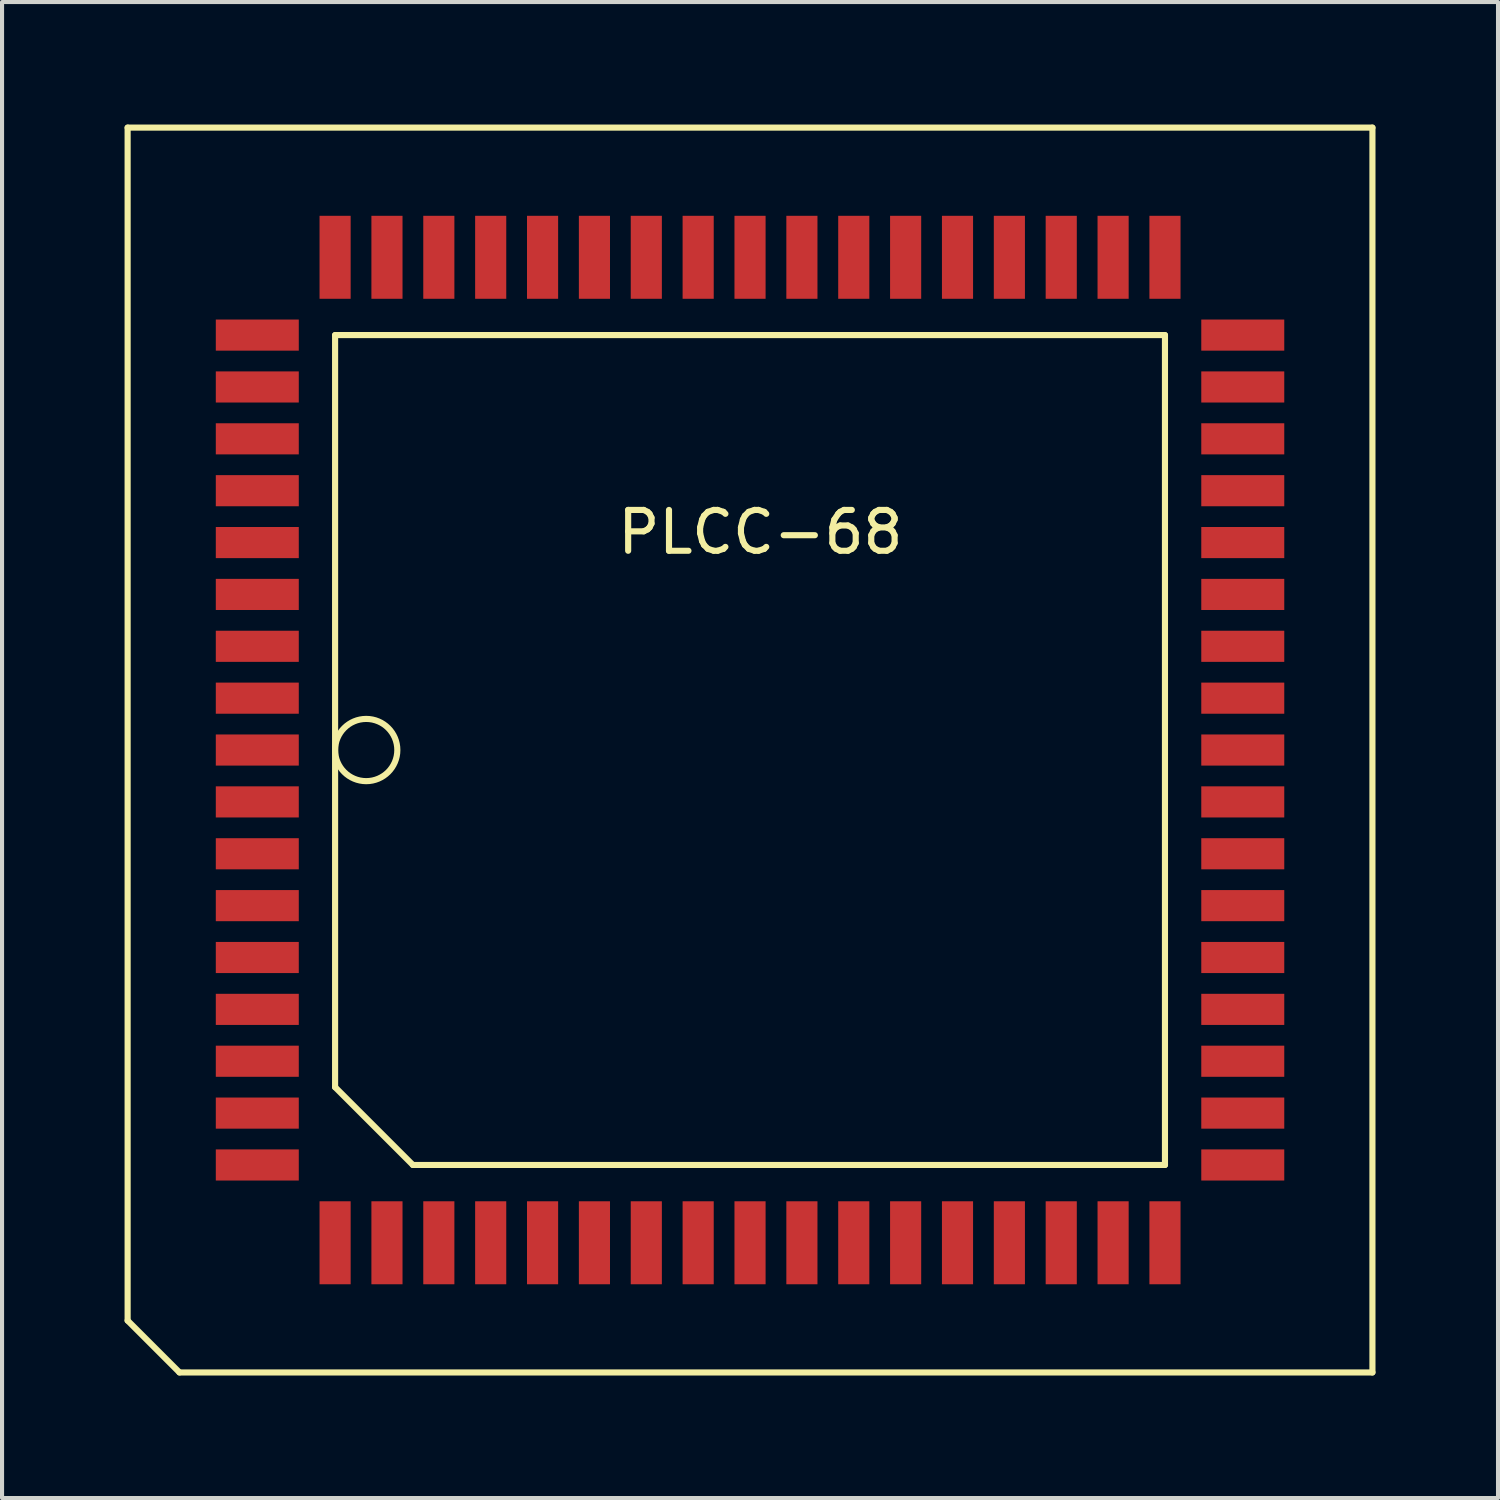
<source format=kicad_pcb>
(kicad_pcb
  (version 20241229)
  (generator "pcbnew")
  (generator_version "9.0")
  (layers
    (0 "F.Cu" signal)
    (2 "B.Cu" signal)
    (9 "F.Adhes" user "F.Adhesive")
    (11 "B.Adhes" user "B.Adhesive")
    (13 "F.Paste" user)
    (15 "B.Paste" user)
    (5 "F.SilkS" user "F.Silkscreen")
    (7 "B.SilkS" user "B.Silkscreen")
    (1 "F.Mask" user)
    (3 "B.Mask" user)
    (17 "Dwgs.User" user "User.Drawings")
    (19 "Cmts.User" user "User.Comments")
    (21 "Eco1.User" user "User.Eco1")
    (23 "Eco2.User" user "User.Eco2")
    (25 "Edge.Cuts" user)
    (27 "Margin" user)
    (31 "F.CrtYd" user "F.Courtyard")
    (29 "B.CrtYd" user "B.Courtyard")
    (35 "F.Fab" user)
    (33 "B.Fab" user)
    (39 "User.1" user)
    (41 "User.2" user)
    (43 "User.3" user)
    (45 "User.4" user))
  (footprint "PLCC-68"
    (layer "F.Cu")
    (at 15.315 15.315)
    (property "Reference" "PLCC-68" (at 0.254 -5.334 0) (layer "F.SilkS") (effects (font (size 1 1) (thickness 0.15))))
    (attr smd)
    (fp_line (start -15.24 -15.24) (end -15.24 13.97) (stroke (width 0.15) (type solid)) (layer "F.SilkS"))
    (fp_line (start -15.24 13.97) (end -13.97 15.24) (stroke (width 0.15) (type solid)) (layer "F.SilkS"))
    (fp_line (start -13.97 15.24) (end 15.24 15.24) (stroke (width 0.15) (type solid)) (layer "F.SilkS"))
    (fp_line (start -10.16 -10.16) (end 10.16 -10.16) (stroke (width 0.15) (type solid)) (layer "F.SilkS"))
    (fp_line (start -10.16 8.255) (end -10.16 -10.16) (stroke (width 0.15) (type solid)) (layer "F.SilkS"))
    (fp_line (start -8.255 10.16) (end -10.16 8.255) (stroke (width 0.15) (type solid)) (layer "F.SilkS"))
    (fp_line (start 10.16 -10.16) (end 10.16 10.16) (stroke (width 0.15) (type solid)) (layer "F.SilkS"))
    (fp_line (start 10.16 10.16) (end -8.255 10.16) (stroke (width 0.15) (type solid)) (layer "F.SilkS"))
    (fp_line (start 15.24 -15.24) (end -15.24 -15.24) (stroke (width 0.15) (type solid)) (layer "F.SilkS"))
    (fp_line (start 15.24 15.24) (end 15.24 -15.24) (stroke (width 0.15) (type solid)) (layer "F.SilkS"))
    (fp_circle (center -9.398 0) (end -10.16 0) (stroke (width 0.15) (type solid)) (fill no) (layer "F.SilkS"))
    (pad "1" smd rect (at -12.065 0) (size 2.032 0.762) (layers "F.Cu" "F.Mask" "F.Paste"))
    (pad "2" smd rect (at -12.065 1.27) (size 2.032 0.762) (layers "F.Cu" "F.Mask" "F.Paste"))
    (pad "3" smd rect (at -12.065 2.54) (size 2.032 0.762) (layers "F.Cu" "F.Mask" "F.Paste"))
    (pad "4" smd rect (at -12.065 3.81) (size 2.032 0.762) (layers "F.Cu" "F.Mask" "F.Paste"))
    (pad "5" smd rect (at -12.065 5.08) (size 2.032 0.762) (layers "F.Cu" "F.Mask" "F.Paste"))
    (pad "6" smd rect (at -12.065 6.35) (size 2.032 0.762) (layers "F.Cu" "F.Mask" "F.Paste"))
    (pad "7" smd rect (at -12.065 7.62) (size 2.032 0.762) (layers "F.Cu" "F.Mask" "F.Paste"))
    (pad "8" smd rect (at -12.065 8.89) (size 2.032 0.762) (layers "F.Cu" "F.Mask" "F.Paste"))
    (pad "9" smd rect (at -12.065 10.16) (size 2.032 0.762) (layers "F.Cu" "F.Mask" "F.Paste"))
    (pad "10" smd rect (at -10.16 12.065) (size 0.762 2.032) (layers "F.Cu" "F.Mask" "F.Paste"))
    (pad "11" smd rect (at -8.89 12.065) (size 0.762 2.032) (layers "F.Cu" "F.Mask" "F.Paste"))
    (pad "12" smd rect (at -7.62 12.065) (size 0.762 2.032) (layers "F.Cu" "F.Mask" "F.Paste"))
    (pad "13" smd rect (at -6.35 12.065) (size 0.762 2.032) (layers "F.Cu" "F.Mask" "F.Paste"))
    (pad "14" smd rect (at -5.08 12.065) (size 0.762 2.032) (layers "F.Cu" "F.Mask" "F.Paste"))
    (pad "15" smd rect (at -3.81 12.065) (size 0.762 2.032) (layers "F.Cu" "F.Mask" "F.Paste"))
    (pad "16" smd rect (at -2.54 12.065) (size 0.762 2.032) (layers "F.Cu" "F.Mask" "F.Paste"))
    (pad "17" smd rect (at -1.27 12.065) (size 0.762 2.032) (layers "F.Cu" "F.Mask" "F.Paste"))
    (pad "18" smd rect (at 0 12.065) (size 0.762 2.032) (layers "F.Cu" "F.Mask" "F.Paste"))
    (pad "19" smd rect (at 1.27 12.065) (size 0.762 2.032) (layers "F.Cu" "F.Mask" "F.Paste"))
    (pad "20" smd rect (at 2.54 12.065) (size 0.762 2.032) (layers "F.Cu" "F.Mask" "F.Paste"))
    (pad "21" smd rect (at 3.81 12.065) (size 0.762 2.032) (layers "F.Cu" "F.Mask" "F.Paste"))
    (pad "22" smd rect (at 5.08 12.065) (size 0.762 2.032) (layers "F.Cu" "F.Mask" "F.Paste"))
    (pad "23" smd rect (at 6.35 12.065) (size 0.762 2.032) (layers "F.Cu" "F.Mask" "F.Paste"))
    (pad "24" smd rect (at 7.62 12.065) (size 0.762 2.032) (layers "F.Cu" "F.Mask" "F.Paste"))
    (pad "25" smd rect (at 8.89 12.065) (size 0.762 2.032) (layers "F.Cu" "F.Mask" "F.Paste"))
    (pad "26" smd rect (at 10.16 12.065) (size 0.762 2.032) (layers "F.Cu" "F.Mask" "F.Paste"))
    (pad "27" smd rect (at 12.065 10.16) (size 2.032 0.762) (layers "F.Cu" "F.Mask" "F.Paste"))
    (pad "28" smd rect (at 12.065 8.89) (size 2.032 0.762) (layers "F.Cu" "F.Mask" "F.Paste"))
    (pad "29" smd rect (at 12.065 7.62) (size 2.032 0.762) (layers "F.Cu" "F.Mask" "F.Paste"))
    (pad "30" smd rect (at 12.065 6.35) (size 2.032 0.762) (layers "F.Cu" "F.Mask" "F.Paste"))
    (pad "31" smd rect (at 12.065 5.08) (size 2.032 0.762) (layers "F.Cu" "F.Mask" "F.Paste"))
    (pad "32" smd rect (at 12.065 3.81) (size 2.032 0.762) (layers "F.Cu" "F.Mask" "F.Paste"))
    (pad "33" smd rect (at 12.065 2.54) (size 2.032 0.762) (layers "F.Cu" "F.Mask" "F.Paste"))
    (pad "34" smd rect (at 12.065 1.27) (size 2.032 0.762) (layers "F.Cu" "F.Mask" "F.Paste"))
    (pad "35" smd rect (at 12.065 0) (size 2.032 0.762) (layers "F.Cu" "F.Mask" "F.Paste"))
    (pad "36" smd rect (at 12.065 -1.27) (size 2.032 0.762) (layers "F.Cu" "F.Mask" "F.Paste"))
    (pad "37" smd rect (at 12.065 -2.54) (size 2.032 0.762) (layers "F.Cu" "F.Mask" "F.Paste"))
    (pad "38" smd rect (at 12.065 -3.81) (size 2.032 0.762) (layers "F.Cu" "F.Mask" "F.Paste"))
    (pad "39" smd rect (at 12.065 -5.08) (size 2.032 0.762) (layers "F.Cu" "F.Mask" "F.Paste"))
    (pad "40" smd rect (at 12.065 -6.35) (size 2.032 0.762) (layers "F.Cu" "F.Mask" "F.Paste"))
    (pad "41" smd rect (at 12.065 -7.62) (size 2.032 0.762) (layers "F.Cu" "F.Mask" "F.Paste"))
    (pad "42" smd rect (at 12.065 -8.89) (size 2.032 0.762) (layers "F.Cu" "F.Mask" "F.Paste"))
    (pad "43" smd rect (at 12.065 -10.16) (size 2.032 0.762) (layers "F.Cu" "F.Mask" "F.Paste"))
    (pad "44" smd rect (at 10.16 -12.065) (size 0.762 2.032) (layers "F.Cu" "F.Mask" "F.Paste"))
    (pad "45" smd rect (at 8.89 -12.065) (size 0.762 2.032) (layers "F.Cu" "F.Mask" "F.Paste"))
    (pad "46" smd rect (at 7.62 -12.065) (size 0.762 2.032) (layers "F.Cu" "F.Mask" "F.Paste"))
    (pad "47" smd rect (at 6.35 -12.065) (size 0.762 2.032) (layers "F.Cu" "F.Mask" "F.Paste"))
    (pad "48" smd rect (at 5.08 -12.065) (size 0.762 2.032) (layers "F.Cu" "F.Mask" "F.Paste"))
    (pad "49" smd rect (at 3.81 -12.065) (size 0.762 2.032) (layers "F.Cu" "F.Mask" "F.Paste"))
    (pad "50" smd rect (at 2.54 -12.065) (size 0.762 2.032) (layers "F.Cu" "F.Mask" "F.Paste"))
    (pad "51" smd rect (at 1.27 -12.065) (size 0.762 2.032) (layers "F.Cu" "F.Mask" "F.Paste"))
    (pad "52" smd rect (at 0 -12.065) (size 0.762 2.032) (layers "F.Cu" "F.Mask" "F.Paste"))
    (pad "53" smd rect (at -1.27 -12.065) (size 0.762 2.032) (layers "F.Cu" "F.Mask" "F.Paste"))
    (pad "54" smd rect (at -2.54 -12.065) (size 0.762 2.032) (layers "F.Cu" "F.Mask" "F.Paste"))
    (pad "55" smd rect (at -3.81 -12.065) (size 0.762 2.032) (layers "F.Cu" "F.Mask" "F.Paste"))
    (pad "56" smd rect (at -5.08 -12.065) (size 0.762 2.032) (layers "F.Cu" "F.Mask" "F.Paste"))
    (pad "57" smd rect (at -6.35 -12.065) (size 0.762 2.032) (layers "F.Cu" "F.Mask" "F.Paste"))
    (pad "58" smd rect (at -7.62 -12.065) (size 0.762 2.032) (layers "F.Cu" "F.Mask" "F.Paste"))
    (pad "59" smd rect (at -8.89 -12.065) (size 0.762 2.032) (layers "F.Cu" "F.Mask" "F.Paste"))
    (pad "60" smd rect (at -10.16 -12.065) (size 0.762 2.032) (layers "F.Cu" "F.Mask" "F.Paste"))
    (pad "61" smd rect (at -12.065 -10.16) (size 2.032 0.762) (layers "F.Cu" "F.Mask" "F.Paste"))
    (pad "62" smd rect (at -12.065 -8.89) (size 2.032 0.762) (layers "F.Cu" "F.Mask" "F.Paste"))
    (pad "63" smd rect (at -12.065 -7.62) (size 2.032 0.762) (layers "F.Cu" "F.Mask" "F.Paste"))
    (pad "64" smd rect (at -12.065 -6.35) (size 2.032 0.762) (layers "F.Cu" "F.Mask" "F.Paste"))
    (pad "65" smd rect (at -12.065 -5.08) (size 2.032 0.762) (layers "F.Cu" "F.Mask" "F.Paste"))
    (pad "66" smd rect (at -12.065 -3.81) (size 2.032 0.762) (layers "F.Cu" "F.Mask" "F.Paste"))
    (pad "67" smd rect (at -12.065 -2.54) (size 2.032 0.762) (layers "F.Cu" "F.Mask" "F.Paste"))
    (pad "68" smd rect (at -12.065 -1.27) (size 2.032 0.762) (layers "F.Cu" "F.Mask" "F.Paste")))
  (gr_rect
    (start -3 -3)
    (end 33.63 33.63)
    (stroke (width 0.1) (type default))
    (fill no)
    (layer "Edge.Cuts")))
</source>
